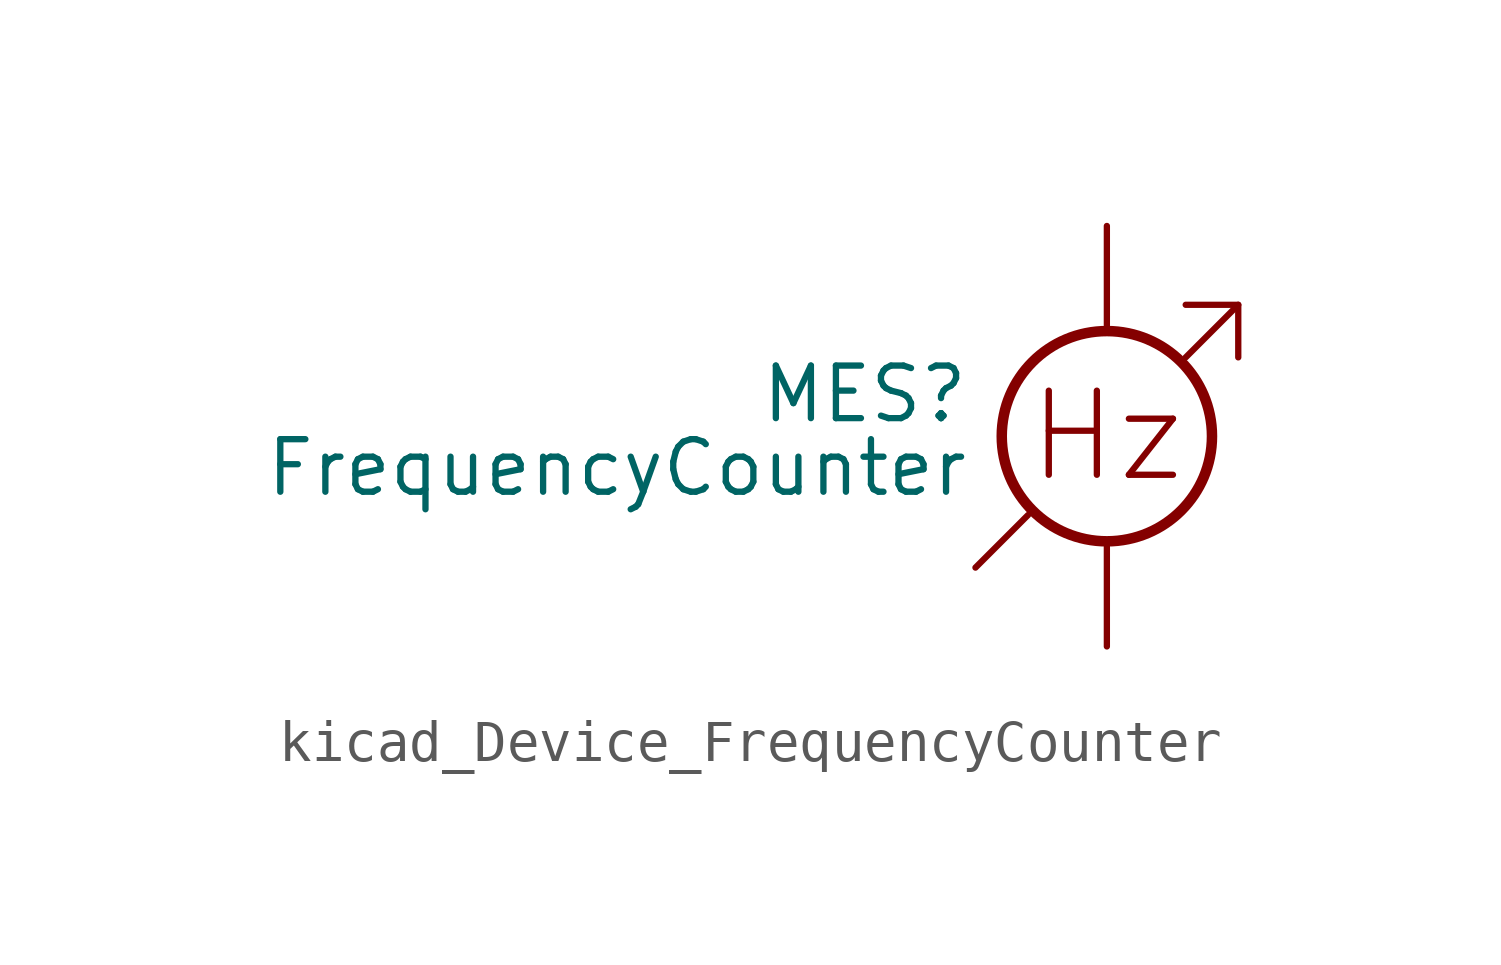
<source format=kicad_sym>
(kicad_symbol_lib
  (version 20220914)
  (generator kicad_symbol_editor)
  (symbol "kicad_Device_FrequencyCounter"
    (pin_numbers hide)
    (pin_names
      (offset 0.025) hide)
    (property "Reference" "MES"
      (at -3.302 1.016 0)
      (effects (font (size 1.27 1.27)) (justify right)))
    (property "Value" "FrequencyCounter"
      (at -3.302 -0.762 0)
      (effects (font (size 1.27 1.27)) (justify right)))
    (symbol "kicad_Device_FrequencyCounter_0_0"
      (polyline (pts (xy -3.175 -3.175) (xy -1.905 -1.905)) (stroke (width 0) (type default)) (fill (type none)))
      (polyline (pts (xy 1.905 1.905) (xy 3.175 3.175)) (stroke (width 0) (type default)) (fill (type none)))
      (polyline (pts (xy 1.905 3.175) (xy 3.175 3.175) (xy 3.175 1.905)) (stroke (width 0) (type default)) (fill (type none)))
      (text "Hz" (at 0 0 0) (effects (font (size 2.032 2.032)))))
    (symbol "kicad_Device_FrequencyCounter_0_1"
      (circle (center 0 0) (radius 2.54) (stroke (width 0.254) (type default)) (fill (type none))))
    (symbol "kicad_Device_FrequencyCounter_1_1"
      (pin passive line (at 0 -5.08 90) (length 2.54) (name "-" (effects (font (size 1.27 1.27)))) (number "1" (effects (font (size 1.27 1.27)))))
      (pin passive line (at 0 5.08 270) (length 2.54) (name "+" (effects (font (size 1.27 1.27)))) (number "2" (effects (font (size 1.27 1.27))))))))
</source>
